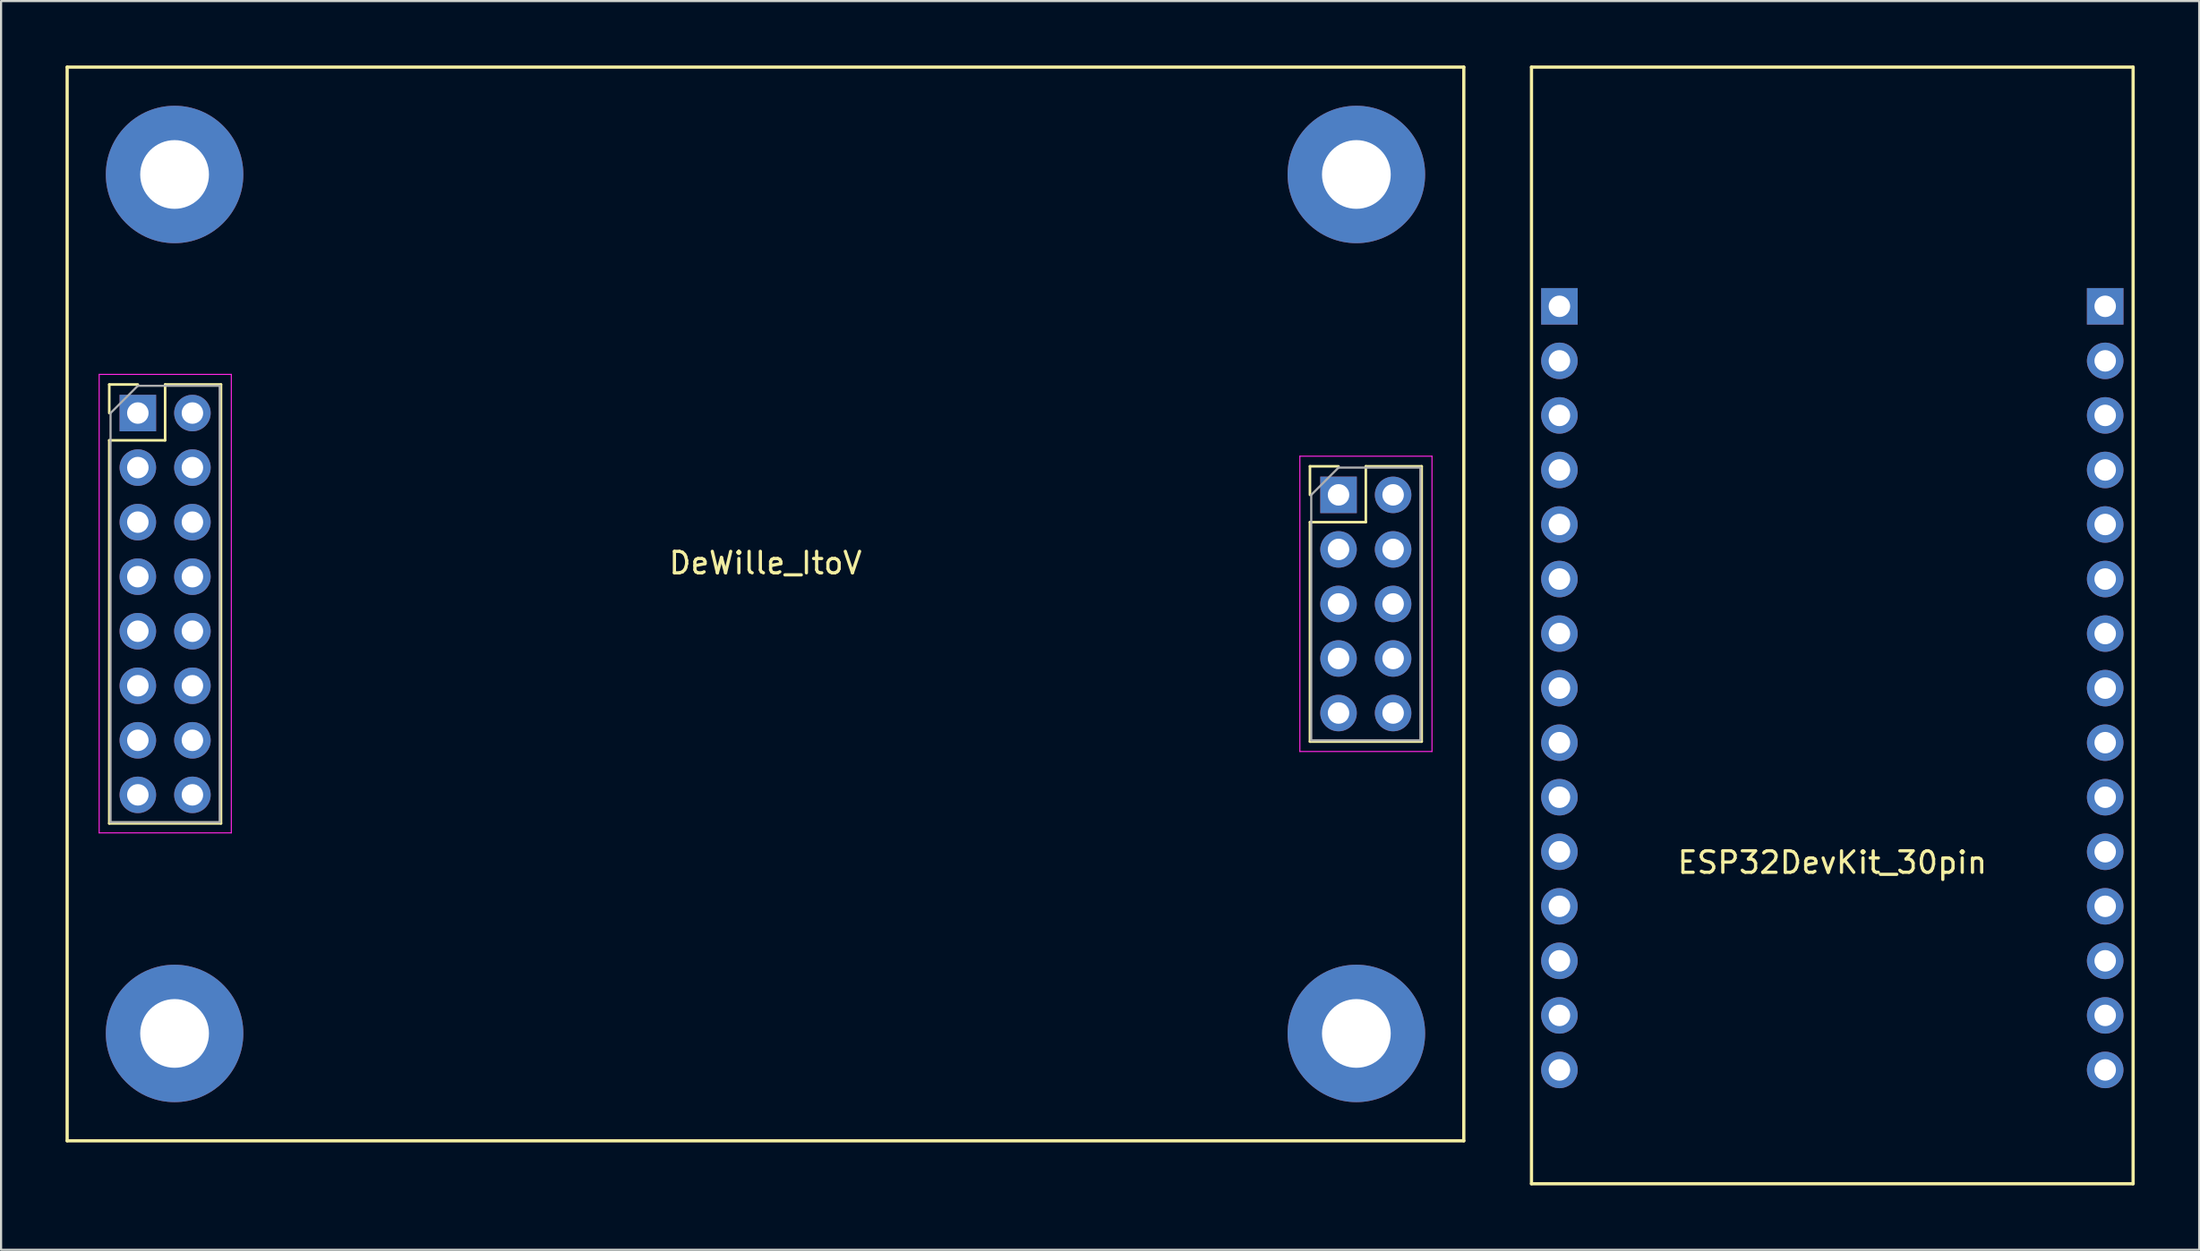
<source format=kicad_pcb>
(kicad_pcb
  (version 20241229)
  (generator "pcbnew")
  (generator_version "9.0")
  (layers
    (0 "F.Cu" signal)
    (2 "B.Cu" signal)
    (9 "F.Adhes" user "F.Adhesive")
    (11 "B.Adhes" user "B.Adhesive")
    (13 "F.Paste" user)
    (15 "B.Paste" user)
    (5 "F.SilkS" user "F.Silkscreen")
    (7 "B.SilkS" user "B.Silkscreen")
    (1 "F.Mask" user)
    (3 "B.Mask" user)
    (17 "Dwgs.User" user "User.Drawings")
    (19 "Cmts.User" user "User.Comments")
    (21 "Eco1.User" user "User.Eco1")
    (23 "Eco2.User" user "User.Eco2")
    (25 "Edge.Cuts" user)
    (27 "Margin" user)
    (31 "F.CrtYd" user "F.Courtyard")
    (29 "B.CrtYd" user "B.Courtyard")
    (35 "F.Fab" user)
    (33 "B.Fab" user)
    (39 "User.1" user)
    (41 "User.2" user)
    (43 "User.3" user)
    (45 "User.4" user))
  (footprint "DeWille_ItoV"
    (layer "F.Cu")
    (at 32.575 25.075)
    (property "Reference" "DeWille_ItoV" (at 0 -1.905 0) (layer "F.SilkS") (effects (font (size 1 1) (thickness 0.15))))
    (attr through_hole)
    (fp_line (start -32.5 -25) (end -32.5 25) (stroke (width 0.15) (type solid)) (layer "F.SilkS"))
    (fp_line (start -32.5 25) (end 32.5 25) (stroke (width 0.15) (type solid)) (layer "F.SilkS"))
    (fp_line (start -30.54 -10.22) (end -29.21 -10.22) (stroke (width 0.12) (type solid)) (layer "F.SilkS"))
    (fp_line (start -30.54 -8.89) (end -30.54 -10.22) (stroke (width 0.12) (type solid)) (layer "F.SilkS"))
    (fp_line (start -30.54 -7.62) (end -30.54 10.22) (stroke (width 0.12) (type solid)) (layer "F.SilkS"))
    (fp_line (start -30.54 -7.62) (end -27.94 -7.62) (stroke (width 0.12) (type solid)) (layer "F.SilkS"))
    (fp_line (start -30.54 10.22) (end -25.34 10.22) (stroke (width 0.12) (type solid)) (layer "F.SilkS"))
    (fp_line (start -27.94 -10.22) (end -25.34 -10.22) (stroke (width 0.12) (type solid)) (layer "F.SilkS"))
    (fp_line (start -27.94 -7.62) (end -27.94 -10.22) (stroke (width 0.12) (type solid)) (layer "F.SilkS"))
    (fp_line (start -25.34 -10.22) (end -25.34 10.22) (stroke (width 0.12) (type solid)) (layer "F.SilkS"))
    (fp_line (start 25.34 -6.41) (end 26.67 -6.41) (stroke (width 0.12) (type solid)) (layer "F.SilkS"))
    (fp_line (start 25.34 -5.08) (end 25.34 -6.41) (stroke (width 0.12) (type solid)) (layer "F.SilkS"))
    (fp_line (start 25.34 -3.81) (end 25.34 6.41) (stroke (width 0.12) (type solid)) (layer "F.SilkS"))
    (fp_line (start 25.34 -3.81) (end 27.94 -3.81) (stroke (width 0.12) (type solid)) (layer "F.SilkS"))
    (fp_line (start 25.34 6.41) (end 30.54 6.41) (stroke (width 0.12) (type solid)) (layer "F.SilkS"))
    (fp_line (start 27.94 -6.41) (end 30.54 -6.41) (stroke (width 0.12) (type solid)) (layer "F.SilkS"))
    (fp_line (start 27.94 -3.81) (end 27.94 -6.41) (stroke (width 0.12) (type solid)) (layer "F.SilkS"))
    (fp_line (start 30.54 -6.41) (end 30.54 6.41) (stroke (width 0.12) (type solid)) (layer "F.SilkS"))
    (fp_line (start 32.5 -25) (end -32.5 -25) (stroke (width 0.15) (type solid)) (layer "F.SilkS"))
    (fp_line (start 32.5 25) (end 32.5 -25) (stroke (width 0.15) (type solid)) (layer "F.SilkS"))
    (fp_line (start -31.01 -10.69) (end -31.01 10.66) (stroke (width 0.05) (type solid)) (layer "F.CrtYd"))
    (fp_line (start -31.01 10.66) (end -24.86 10.66) (stroke (width 0.05) (type solid)) (layer "F.CrtYd"))
    (fp_line (start -24.86 -10.69) (end -31.01 -10.69) (stroke (width 0.05) (type solid)) (layer "F.CrtYd"))
    (fp_line (start -24.86 10.66) (end -24.86 -10.69) (stroke (width 0.05) (type solid)) (layer "F.CrtYd"))
    (fp_line (start 24.87 -6.88) (end 24.87 6.87) (stroke (width 0.05) (type solid)) (layer "F.CrtYd"))
    (fp_line (start 24.87 6.87) (end 31.02 6.87) (stroke (width 0.05) (type solid)) (layer "F.CrtYd"))
    (fp_line (start 31.02 -6.88) (end 24.87 -6.88) (stroke (width 0.05) (type solid)) (layer "F.CrtYd"))
    (fp_line (start 31.02 6.87) (end 31.02 -6.88) (stroke (width 0.05) (type solid)) (layer "F.CrtYd"))
    (fp_line (start -30.48 -8.89) (end -29.21 -10.16) (stroke (width 0.1) (type solid)) (layer "F.Fab"))
    (fp_line (start -30.48 10.16) (end -30.48 -8.89) (stroke (width 0.1) (type solid)) (layer "F.Fab"))
    (fp_line (start -29.21 -10.16) (end -25.4 -10.16) (stroke (width 0.1) (type solid)) (layer "F.Fab"))
    (fp_line (start -25.4 -10.16) (end -25.4 10.16) (stroke (width 0.1) (type solid)) (layer "F.Fab"))
    (fp_line (start -25.4 10.16) (end -30.48 10.16) (stroke (width 0.1) (type solid)) (layer "F.Fab"))
    (fp_line (start 25.4 -5.08) (end 26.67 -6.35) (stroke (width 0.1) (type solid)) (layer "F.Fab"))
    (fp_line (start 25.4 6.35) (end 25.4 -5.08) (stroke (width 0.1) (type solid)) (layer "F.Fab"))
    (fp_line (start 26.67 -6.35) (end 30.48 -6.35) (stroke (width 0.1) (type solid)) (layer "F.Fab"))
    (fp_line (start 30.48 -6.35) (end 30.48 6.35) (stroke (width 0.1) (type solid)) (layer "F.Fab"))
    (fp_line (start 30.48 6.35) (end 25.4 6.35) (stroke (width 0.1) (type solid)) (layer "F.Fab"))
    (pad "+5V" thru_hole oval (at -29.21 -6.35) (size 1.7 1.7) (drill 1) (layers "*.Cu" "*.Mask"))
    (pad "+5V" thru_hole oval (at -26.67 -6.35) (size 1.7 1.7) (drill 1) (layers "*.Cu" "*.Mask"))
    (pad "+15V" thru_hole rect (at -29.21 -8.89) (size 1.7 1.7) (drill 1) (layers "*.Cu" "*.Mask"))
    (pad "+15V" thru_hole oval (at -26.67 -8.89) (size 1.7 1.7) (drill 1) (layers "*.Cu" "*.Mask"))
    (pad "-15V" thru_hole oval (at -29.21 8.89) (size 1.7 1.7) (drill 1) (layers "*.Cu" "*.Mask"))
    (pad "-15V" thru_hole oval (at -26.67 8.89) (size 1.7 1.7) (drill 1) (layers "*.Cu" "*.Mask"))
    (pad "0" thru_hole circle (at -27.5 -20) (size 6.4 6.4) (drill 3.2) (layers "*.Cu" "*.Mask"))
    (pad "0" thru_hole circle (at -27.5 20) (size 6.4 6.4) (drill 3.2) (layers "*.Cu" "*.Mask"))
    (pad "0" thru_hole oval (at 27.5 -20) (size 6.4 6.4) (drill 3.2) (layers "*.Cu" "*.Mask"))
    (pad "0" thru_hole circle (at 27.5 20) (size 6.4 6.4) (drill 3.2) (layers "*.Cu" "*.Mask"))
    (pad "GND" thru_hole oval (at -29.21 -3.81) (size 1.7 1.7) (drill 1) (layers "*.Cu" "*.Mask"))
    (pad "GND" thru_hole oval (at -29.21 3.81) (size 1.7 1.7) (drill 1) (layers "*.Cu" "*.Mask"))
    (pad "GND" thru_hole oval (at -29.21 6.35) (size 1.7 1.7) (drill 1) (layers "*.Cu" "*.Mask"))
    (pad "GND" thru_hole oval (at -26.67 -3.81) (size 1.7 1.7) (drill 1) (layers "*.Cu" "*.Mask"))
    (pad "GND" thru_hole oval (at -26.67 3.81) (size 1.7 1.7) (drill 1) (layers "*.Cu" "*.Mask"))
    (pad "GND" thru_hole oval (at -26.67 6.35) (size 1.7 1.7) (drill 1) (layers "*.Cu" "*.Mask"))
    (pad "GND" thru_hole rect (at 26.67 -5.08) (size 1.7 1.7) (drill 1) (layers "*.Cu" "*.Mask"))
    (pad "GND" thru_hole oval (at 26.67 0) (size 1.7 1.7) (drill 1) (layers "*.Cu" "*.Mask"))
    (pad "GND" thru_hole oval (at 26.67 5.08) (size 1.7 1.7) (drill 1) (layers "*.Cu" "*.Mask"))
    (pad "GND" thru_hole oval (at 29.21 -5.08) (size 1.7 1.7) (drill 1) (layers "*.Cu" "*.Mask"))
    (pad "GND" thru_hole oval (at 29.21 0) (size 1.7 1.7) (drill 1) (layers "*.Cu" "*.Mask"))
    (pad "GND" thru_hole oval (at 29.21 5.08) (size 1.7 1.7) (drill 1) (layers "*.Cu" "*.Mask"))
    (pad "IoutL+" thru_hole oval (at -29.21 -1.27) (size 1.7 1.7) (drill 1) (layers "*.Cu" "*.Mask"))
    (pad "IoutL-" thru_hole oval (at -26.67 -1.27) (size 1.7 1.7) (drill 1) (layers "*.Cu" "*.Mask"))
    (pad "IoutR+" thru_hole oval (at -29.21 1.27) (size 1.7 1.7) (drill 1) (layers "*.Cu" "*.Mask"))
    (pad "IoutR-" thru_hole oval (at -26.67 1.27) (size 1.7 1.7) (drill 1) (layers "*.Cu" "*.Mask"))
    (pad "Out1" thru_hole oval (at 26.67 -2.54) (size 1.7 1.7) (drill 1) (layers "*.Cu" "*.Mask"))
    (pad "Out1" thru_hole oval (at 29.21 -2.54) (size 1.7 1.7) (drill 1) (layers "*.Cu" "*.Mask"))
    (pad "Out2" thru_hole oval (at 26.67 2.54) (size 1.7 1.7) (drill 1) (layers "*.Cu" "*.Mask"))
    (pad "Out2" thru_hole oval (at 29.21 2.54) (size 1.7 1.7) (drill 1) (layers "*.Cu" "*.Mask")))
  (footprint "ESP32DevKit_30pin"
    (layer "F.Cu")
    (at 82.225 34.075)
    (property "Reference" "ESP32DevKit_30pin" (at 0 3.04 0) (layer "F.SilkS") (effects (font (size 1 1) (thickness 0.15))))
    (attr through_hole)
    (fp_line (start -14 -34) (end 14 -34) (stroke (width 0.15) (type solid)) (layer "F.SilkS"))
    (fp_line (start -14 18) (end -14 -34) (stroke (width 0.15) (type solid)) (layer "F.SilkS"))
    (fp_line (start 14 -34) (end 14 18) (stroke (width 0.15) (type solid)) (layer "F.SilkS"))
    (fp_line (start 14 18) (end -14 18) (stroke (width 0.15) (type solid)) (layer "F.SilkS"))
    (pad "1" thru_hole rect (at -12.7 -22.86) (size 1.7 1.7) (drill 1) (layers "*.Cu" "*.Mask"))
    (pad "2" thru_hole circle (at -12.7 -20.32) (size 1.7 1.7) (drill 1) (layers "*.Cu" "*.Mask"))
    (pad "3" thru_hole circle (at -12.7 -17.78) (size 1.7 1.7) (drill 1) (layers "*.Cu" "*.Mask"))
    (pad "4" thru_hole circle (at -12.7 -15.24) (size 1.7 1.7) (drill 1) (layers "*.Cu" "*.Mask"))
    (pad "5" thru_hole circle (at -12.7 -12.7) (size 1.7 1.7) (drill 1) (layers "*.Cu" "*.Mask"))
    (pad "6" thru_hole circle (at -12.7 -10.16) (size 1.7 1.7) (drill 1) (layers "*.Cu" "*.Mask"))
    (pad "7" thru_hole circle (at -12.7 -7.62) (size 1.7 1.7) (drill 1) (layers "*.Cu" "*.Mask"))
    (pad "8" thru_hole circle (at -12.7 -5.08) (size 1.7 1.7) (drill 1) (layers "*.Cu" "*.Mask"))
    (pad "9" thru_hole circle (at -12.7 -2.54) (size 1.7 1.7) (drill 1) (layers "*.Cu" "*.Mask"))
    (pad "10" thru_hole circle (at -12.7 0) (size 1.7 1.7) (drill 1) (layers "*.Cu" "*.Mask"))
    (pad "11" thru_hole circle (at -12.7 2.54) (size 1.7 1.7) (drill 1) (layers "*.Cu" "*.Mask"))
    (pad "12" thru_hole circle (at -12.7 5.08) (size 1.7 1.7) (drill 1) (layers "*.Cu" "*.Mask"))
    (pad "13" thru_hole circle (at -12.7 7.62) (size 1.7 1.7) (drill 1) (layers "*.Cu" "*.Mask"))
    (pad "14" thru_hole circle (at -12.7 10.16) (size 1.7 1.7) (drill 1) (layers "*.Cu" "*.Mask"))
    (pad "15" thru_hole circle (at -12.7 12.7) (size 1.7 1.7) (drill 1) (layers "*.Cu" "*.Mask"))
    (pad "16" thru_hole circle (at 12.7 12.7) (size 1.7 1.7) (drill 1) (layers "*.Cu" "*.Mask"))
    (pad "17" thru_hole circle (at 12.7 10.16) (size 1.7 1.7) (drill 1) (layers "*.Cu" "*.Mask"))
    (pad "18" thru_hole circle (at 12.7 7.62) (size 1.7 1.7) (drill 1) (layers "*.Cu" "*.Mask"))
    (pad "19" thru_hole circle (at 12.7 5.08) (size 1.7 1.7) (drill 1) (layers "*.Cu" "*.Mask"))
    (pad "20" thru_hole circle (at 12.7 2.54) (size 1.7 1.7) (drill 1) (layers "*.Cu" "*.Mask"))
    (pad "21" thru_hole circle (at 12.7 0) (size 1.7 1.7) (drill 1) (layers "*.Cu" "*.Mask"))
    (pad "22" thru_hole circle (at 12.7 -2.54) (size 1.7 1.7) (drill 1) (layers "*.Cu" "*.Mask"))
    (pad "23" thru_hole circle (at 12.7 -5.08) (size 1.7 1.7) (drill 1) (layers "*.Cu" "*.Mask"))
    (pad "24" thru_hole circle (at 12.7 -7.62) (size 1.7 1.7) (drill 1) (layers "*.Cu" "*.Mask"))
    (pad "25" thru_hole circle (at 12.7 -10.16) (size 1.7 1.7) (drill 1) (layers "*.Cu" "*.Mask"))
    (pad "26" thru_hole circle (at 12.7 -12.7) (size 1.7 1.7) (drill 1) (layers "*.Cu" "*.Mask"))
    (pad "27" thru_hole circle (at 12.7 -15.24) (size 1.7 1.7) (drill 1) (layers "*.Cu" "*.Mask"))
    (pad "28" thru_hole circle (at 12.7 -17.78) (size 1.7 1.7) (drill 1) (layers "*.Cu" "*.Mask"))
    (pad "29" thru_hole circle (at 12.7 -20.32) (size 1.7 1.7) (drill 1) (layers "*.Cu" "*.Mask"))
    (pad "30" thru_hole rect (at 12.7 -22.86) (size 1.7 1.7) (drill 1) (layers "*.Cu" "*.Mask")))
  (gr_rect
    (start -3 -3)
    (end 99.3 55.15)
    (stroke (width 0.1) (type default))
    (fill no)
    (layer "Edge.Cuts")))
</source>
